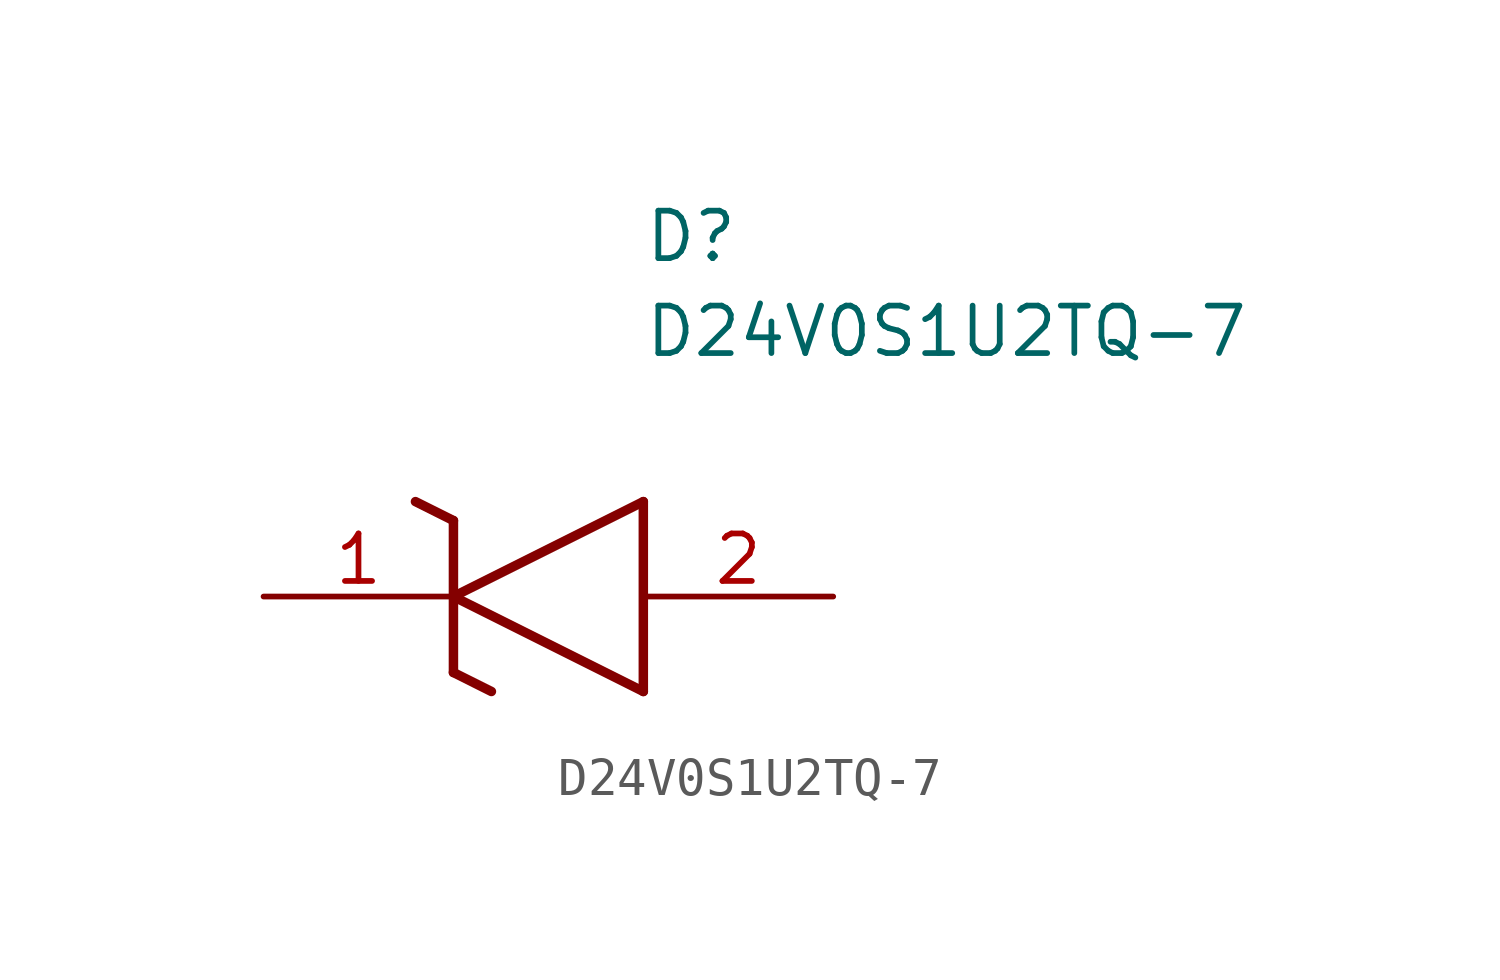
<source format=kicad_sym>
(kicad_symbol_lib
  (version 20211014)
  (generator SamacSys_ECAD_Model)
  (symbol "D24V0S1U2TQ-7"
    (pin_names hide)
    (property "Reference" "D"
      (at 10.16 8.89 0)
      (effects (font (size 1.27 1.27)) (justify left bottom)))
    (property "Value" "D24V0S1U2TQ-7"
      (at 10.16 6.35 0)
      (effects (font (size 1.27 1.27)) (justify left bottom)))
    (polyline
      (pts (xy 5.08 0) (xy 10.16 2.54))
      (stroke (width 0.254) (type default))
      (fill (type none)))
    (polyline
      (pts (xy 10.16 -2.54) (xy 10.16 2.54))
      (stroke (width 0.254) (type default))
      (fill (type none)))
    (polyline
      (pts (xy 10.16 -2.54) (xy 5.08 0))
      (stroke (width 0.254) (type default))
      (fill (type none)))
    (polyline
      (pts (xy 5.08 -2.032) (xy 6.096 -2.54))
      (stroke (width 0.254) (type default))
      (fill (type none)))
    (polyline
      (pts (xy 5.08 -2.032) (xy 5.08 2.032))
      (stroke (width 0.254) (type default))
      (fill (type none)))
    (polyline
      (pts (xy 4.064 2.54) (xy 5.08 2.032))
      (stroke (width 0.254) (type default))
      (fill (type none)))
    (pin passive line
      (at 0 0 0)
      (length 5.08)
      (name "K" (effects (font (size 1.27 1.27))))
      (number "1" (effects (font (size 1.27 1.27)))))
    (pin passive line
      (at 15.24 0 180)
      (length 5.08)
      (name "A" (effects (font (size 1.27 1.27))))
      (number "2" (effects (font (size 1.27 1.27)))))))
</source>
